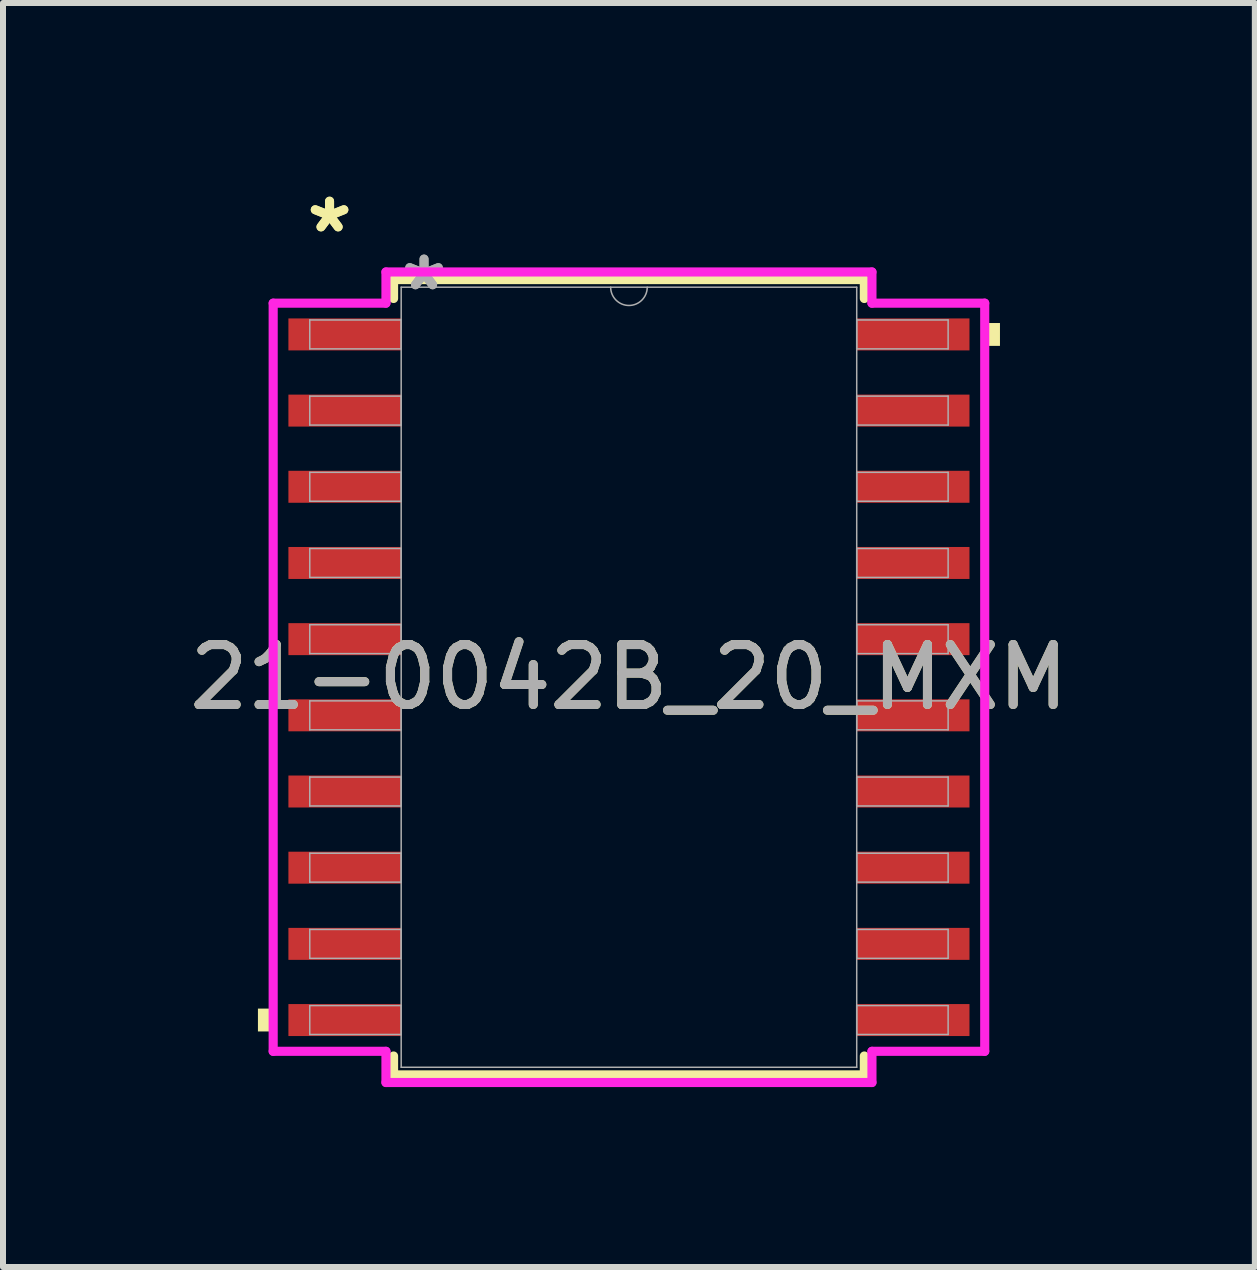
<source format=kicad_pcb>
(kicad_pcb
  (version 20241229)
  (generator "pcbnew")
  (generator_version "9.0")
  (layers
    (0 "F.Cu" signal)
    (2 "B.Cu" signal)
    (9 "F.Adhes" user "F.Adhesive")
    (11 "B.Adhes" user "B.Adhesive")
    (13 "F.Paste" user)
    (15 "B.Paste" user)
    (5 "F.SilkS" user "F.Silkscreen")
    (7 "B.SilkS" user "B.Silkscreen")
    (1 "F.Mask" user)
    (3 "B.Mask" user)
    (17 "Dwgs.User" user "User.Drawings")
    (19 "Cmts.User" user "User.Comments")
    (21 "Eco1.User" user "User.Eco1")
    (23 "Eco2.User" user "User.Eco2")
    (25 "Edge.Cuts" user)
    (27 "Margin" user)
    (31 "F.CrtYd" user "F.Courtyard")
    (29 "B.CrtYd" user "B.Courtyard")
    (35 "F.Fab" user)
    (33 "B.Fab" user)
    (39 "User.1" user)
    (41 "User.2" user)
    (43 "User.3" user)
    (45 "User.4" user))
  (footprint "21-0042B_20_MXM"
    (layer "F.Cu")
    (at 7.435 8.24)
    (property "Reference" "21-0042B_20_MXM" (at 0 0 0) (unlocked yes) (layer "F.SilkS") (effects (font (size 1 1) (thickness 0.15))))
    (attr smd)
    (fp_line (start -3.924 -6.629) (end -3.924 -6.314) (stroke (width 0.152) (type solid)) (layer "F.SilkS"))
    (fp_line (start -3.924 6.314) (end -3.924 6.629) (stroke (width 0.152) (type solid)) (layer "F.SilkS"))
    (fp_line (start -3.924 6.629) (end 3.924 6.629) (stroke (width 0.152) (type solid)) (layer "F.SilkS"))
    (fp_line (start 3.924 -6.629) (end -3.924 -6.629) (stroke (width 0.152) (type solid)) (layer "F.SilkS"))
    (fp_line (start 3.924 -6.314) (end 3.924 -6.629) (stroke (width 0.152) (type solid)) (layer "F.SilkS"))
    (fp_line (start 3.924 6.629) (end 3.924 6.314) (stroke (width 0.152) (type solid)) (layer "F.SilkS"))
    (fp_poly (pts (xy -6.185 5.524) (xy -6.185 5.905) (xy -5.931 5.905) (xy -5.931 5.524)) (stroke (width 0) (type solid)) (fill yes) (layer "F.SilkS"))
    (fp_poly (pts (xy 6.185 -5.905) (xy 6.185 -5.524) (xy 5.931 -5.524) (xy 5.931 -5.905)) (stroke (width 0) (type solid)) (fill yes) (layer "F.SilkS"))
    (fp_line (start -5.931 -6.236) (end -4.051 -6.236) (stroke (width 0.152) (type solid)) (layer "F.CrtYd"))
    (fp_line (start -5.931 6.236) (end -5.931 -6.236) (stroke (width 0.152) (type solid)) (layer "F.CrtYd"))
    (fp_line (start -5.931 6.236) (end -4.051 6.236) (stroke (width 0.152) (type solid)) (layer "F.CrtYd"))
    (fp_line (start -4.051 -6.756) (end 4.051 -6.756) (stroke (width 0.152) (type solid)) (layer "F.CrtYd"))
    (fp_line (start -4.051 -6.236) (end -4.051 -6.756) (stroke (width 0.152) (type solid)) (layer "F.CrtYd"))
    (fp_line (start -4.051 6.756) (end -4.051 6.236) (stroke (width 0.152) (type solid)) (layer "F.CrtYd"))
    (fp_line (start 4.051 -6.756) (end 4.051 -6.236) (stroke (width 0.152) (type solid)) (layer "F.CrtYd"))
    (fp_line (start 4.051 6.236) (end 4.051 6.756) (stroke (width 0.152) (type solid)) (layer "F.CrtYd"))
    (fp_line (start 4.051 6.756) (end -4.051 6.756) (stroke (width 0.152) (type solid)) (layer "F.CrtYd"))
    (fp_line (start 5.931 -6.236) (end 4.051 -6.236) (stroke (width 0.152) (type solid)) (layer "F.CrtYd"))
    (fp_line (start 5.931 -6.236) (end 5.931 6.236) (stroke (width 0.152) (type solid)) (layer "F.CrtYd"))
    (fp_line (start 5.931 6.236) (end 4.051 6.236) (stroke (width 0.152) (type solid)) (layer "F.CrtYd"))
    (fp_line (start -5.321 -5.956) (end -5.321 -5.474) (stroke (width 0.025) (type solid)) (layer "F.Fab"))
    (fp_line (start -5.321 -5.474) (end -3.797 -5.474) (stroke (width 0.025) (type solid)) (layer "F.Fab"))
    (fp_line (start -5.321 -4.686) (end -5.321 -4.204) (stroke (width 0.025) (type solid)) (layer "F.Fab"))
    (fp_line (start -5.321 -4.204) (end -3.797 -4.204) (stroke (width 0.025) (type solid)) (layer "F.Fab"))
    (fp_line (start -5.321 -3.416) (end -5.321 -2.934) (stroke (width 0.025) (type solid)) (layer "F.Fab"))
    (fp_line (start -5.321 -2.934) (end -3.797 -2.934) (stroke (width 0.025) (type solid)) (layer "F.Fab"))
    (fp_line (start -5.321 -2.146) (end -5.321 -1.664) (stroke (width 0.025) (type solid)) (layer "F.Fab"))
    (fp_line (start -5.321 -1.664) (end -3.797 -1.664) (stroke (width 0.025) (type solid)) (layer "F.Fab"))
    (fp_line (start -5.321 -0.876) (end -5.321 -0.394) (stroke (width 0.025) (type solid)) (layer "F.Fab"))
    (fp_line (start -5.321 -0.394) (end -3.797 -0.394) (stroke (width 0.025) (type solid)) (layer "F.Fab"))
    (fp_line (start -5.321 0.394) (end -5.321 0.876) (stroke (width 0.025) (type solid)) (layer "F.Fab"))
    (fp_line (start -5.321 0.876) (end -3.797 0.876) (stroke (width 0.025) (type solid)) (layer "F.Fab"))
    (fp_line (start -5.321 1.664) (end -5.321 2.146) (stroke (width 0.025) (type solid)) (layer "F.Fab"))
    (fp_line (start -5.321 2.146) (end -3.797 2.146) (stroke (width 0.025) (type solid)) (layer "F.Fab"))
    (fp_line (start -5.321 2.934) (end -5.321 3.416) (stroke (width 0.025) (type solid)) (layer "F.Fab"))
    (fp_line (start -5.321 3.416) (end -3.797 3.416) (stroke (width 0.025) (type solid)) (layer "F.Fab"))
    (fp_line (start -5.321 4.204) (end -5.321 4.686) (stroke (width 0.025) (type solid)) (layer "F.Fab"))
    (fp_line (start -5.321 4.686) (end -3.797 4.686) (stroke (width 0.025) (type solid)) (layer "F.Fab"))
    (fp_line (start -5.321 5.474) (end -5.321 5.956) (stroke (width 0.025) (type solid)) (layer "F.Fab"))
    (fp_line (start -5.321 5.956) (end -3.797 5.956) (stroke (width 0.025) (type solid)) (layer "F.Fab"))
    (fp_line (start -3.797 -6.502) (end -3.797 6.502) (stroke (width 0.025) (type solid)) (layer "F.Fab"))
    (fp_line (start -3.797 -5.956) (end -5.321 -5.956) (stroke (width 0.025) (type solid)) (layer "F.Fab"))
    (fp_line (start -3.797 -5.474) (end -3.797 -5.956) (stroke (width 0.025) (type solid)) (layer "F.Fab"))
    (fp_line (start -3.797 -4.686) (end -5.321 -4.686) (stroke (width 0.025) (type solid)) (layer "F.Fab"))
    (fp_line (start -3.797 -4.204) (end -3.797 -4.686) (stroke (width 0.025) (type solid)) (layer "F.Fab"))
    (fp_line (start -3.797 -3.416) (end -5.321 -3.416) (stroke (width 0.025) (type solid)) (layer "F.Fab"))
    (fp_line (start -3.797 -2.934) (end -3.797 -3.416) (stroke (width 0.025) (type solid)) (layer "F.Fab"))
    (fp_line (start -3.797 -2.146) (end -5.321 -2.146) (stroke (width 0.025) (type solid)) (layer "F.Fab"))
    (fp_line (start -3.797 -1.664) (end -3.797 -2.146) (stroke (width 0.025) (type solid)) (layer "F.Fab"))
    (fp_line (start -3.797 -0.876) (end -5.321 -0.876) (stroke (width 0.025) (type solid)) (layer "F.Fab"))
    (fp_line (start -3.797 -0.394) (end -3.797 -0.876) (stroke (width 0.025) (type solid)) (layer "F.Fab"))
    (fp_line (start -3.797 0.394) (end -5.321 0.394) (stroke (width 0.025) (type solid)) (layer "F.Fab"))
    (fp_line (start -3.797 0.876) (end -3.797 0.394) (stroke (width 0.025) (type solid)) (layer "F.Fab"))
    (fp_line (start -3.797 1.664) (end -5.321 1.664) (stroke (width 0.025) (type solid)) (layer "F.Fab"))
    (fp_line (start -3.797 2.146) (end -3.797 1.664) (stroke (width 0.025) (type solid)) (layer "F.Fab"))
    (fp_line (start -3.797 2.934) (end -5.321 2.934) (stroke (width 0.025) (type solid)) (layer "F.Fab"))
    (fp_line (start -3.797 3.416) (end -3.797 2.934) (stroke (width 0.025) (type solid)) (layer "F.Fab"))
    (fp_line (start -3.797 4.204) (end -5.321 4.204) (stroke (width 0.025) (type solid)) (layer "F.Fab"))
    (fp_line (start -3.797 4.686) (end -3.797 4.204) (stroke (width 0.025) (type solid)) (layer "F.Fab"))
    (fp_line (start -3.797 5.474) (end -5.321 5.474) (stroke (width 0.025) (type solid)) (layer "F.Fab"))
    (fp_line (start -3.797 5.956) (end -3.797 5.474) (stroke (width 0.025) (type solid)) (layer "F.Fab"))
    (fp_line (start -3.797 6.502) (end 3.797 6.502) (stroke (width 0.025) (type solid)) (layer "F.Fab"))
    (fp_line (start 3.797 -6.502) (end -3.797 -6.502) (stroke (width 0.025) (type solid)) (layer "F.Fab"))
    (fp_line (start 3.797 -5.956) (end 3.797 -5.474) (stroke (width 0.025) (type solid)) (layer "F.Fab"))
    (fp_line (start 3.797 -5.474) (end 5.321 -5.474) (stroke (width 0.025) (type solid)) (layer "F.Fab"))
    (fp_line (start 3.797 -4.686) (end 3.797 -4.204) (stroke (width 0.025) (type solid)) (layer "F.Fab"))
    (fp_line (start 3.797 -4.204) (end 5.321 -4.204) (stroke (width 0.025) (type solid)) (layer "F.Fab"))
    (fp_line (start 3.797 -3.416) (end 3.797 -2.934) (stroke (width 0.025) (type solid)) (layer "F.Fab"))
    (fp_line (start 3.797 -2.934) (end 5.321 -2.934) (stroke (width 0.025) (type solid)) (layer "F.Fab"))
    (fp_line (start 3.797 -2.146) (end 3.797 -1.664) (stroke (width 0.025) (type solid)) (layer "F.Fab"))
    (fp_line (start 3.797 -1.664) (end 5.321 -1.664) (stroke (width 0.025) (type solid)) (layer "F.Fab"))
    (fp_line (start 3.797 -0.876) (end 3.797 -0.394) (stroke (width 0.025) (type solid)) (layer "F.Fab"))
    (fp_line (start 3.797 -0.394) (end 5.321 -0.394) (stroke (width 0.025) (type solid)) (layer "F.Fab"))
    (fp_line (start 3.797 0.394) (end 3.797 0.876) (stroke (width 0.025) (type solid)) (layer "F.Fab"))
    (fp_line (start 3.797 0.876) (end 5.321 0.876) (stroke (width 0.025) (type solid)) (layer "F.Fab"))
    (fp_line (start 3.797 1.664) (end 3.797 2.146) (stroke (width 0.025) (type solid)) (layer "F.Fab"))
    (fp_line (start 3.797 2.146) (end 5.321 2.146) (stroke (width 0.025) (type solid)) (layer "F.Fab"))
    (fp_line (start 3.797 2.934) (end 3.797 3.416) (stroke (width 0.025) (type solid)) (layer "F.Fab"))
    (fp_line (start 3.797 3.416) (end 5.321 3.416) (stroke (width 0.025) (type solid)) (layer "F.Fab"))
    (fp_line (start 3.797 4.204) (end 3.797 4.686) (stroke (width 0.025) (type solid)) (layer "F.Fab"))
    (fp_line (start 3.797 4.686) (end 5.321 4.686) (stroke (width 0.025) (type solid)) (layer "F.Fab"))
    (fp_line (start 3.797 5.474) (end 3.797 5.956) (stroke (width 0.025) (type solid)) (layer "F.Fab"))
    (fp_line (start 3.797 5.956) (end 5.321 5.956) (stroke (width 0.025) (type solid)) (layer "F.Fab"))
    (fp_line (start 3.797 6.502) (end 3.797 -6.502) (stroke (width 0.025) (type solid)) (layer "F.Fab"))
    (fp_line (start 5.321 -5.956) (end 3.797 -5.956) (stroke (width 0.025) (type solid)) (layer "F.Fab"))
    (fp_line (start 5.321 -5.474) (end 5.321 -5.956) (stroke (width 0.025) (type solid)) (layer "F.Fab"))
    (fp_line (start 5.321 -4.686) (end 3.797 -4.686) (stroke (width 0.025) (type solid)) (layer "F.Fab"))
    (fp_line (start 5.321 -4.204) (end 5.321 -4.686) (stroke (width 0.025) (type solid)) (layer "F.Fab"))
    (fp_line (start 5.321 -3.416) (end 3.797 -3.416) (stroke (width 0.025) (type solid)) (layer "F.Fab"))
    (fp_line (start 5.321 -2.934) (end 5.321 -3.416) (stroke (width 0.025) (type solid)) (layer "F.Fab"))
    (fp_line (start 5.321 -2.146) (end 3.797 -2.146) (stroke (width 0.025) (type solid)) (layer "F.Fab"))
    (fp_line (start 5.321 -1.664) (end 5.321 -2.146) (stroke (width 0.025) (type solid)) (layer "F.Fab"))
    (fp_line (start 5.321 -0.876) (end 3.797 -0.876) (stroke (width 0.025) (type solid)) (layer "F.Fab"))
    (fp_line (start 5.321 -0.394) (end 5.321 -0.876) (stroke (width 0.025) (type solid)) (layer "F.Fab"))
    (fp_line (start 5.321 0.394) (end 3.797 0.394) (stroke (width 0.025) (type solid)) (layer "F.Fab"))
    (fp_line (start 5.321 0.876) (end 5.321 0.394) (stroke (width 0.025) (type solid)) (layer "F.Fab"))
    (fp_line (start 5.321 1.664) (end 3.797 1.664) (stroke (width 0.025) (type solid)) (layer "F.Fab"))
    (fp_line (start 5.321 2.146) (end 5.321 1.664) (stroke (width 0.025) (type solid)) (layer "F.Fab"))
    (fp_line (start 5.321 2.934) (end 3.797 2.934) (stroke (width 0.025) (type solid)) (layer "F.Fab"))
    (fp_line (start 5.321 3.416) (end 5.321 2.934) (stroke (width 0.025) (type solid)) (layer "F.Fab"))
    (fp_line (start 5.321 4.204) (end 3.797 4.204) (stroke (width 0.025) (type solid)) (layer "F.Fab"))
    (fp_line (start 5.321 4.686) (end 5.321 4.204) (stroke (width 0.025) (type solid)) (layer "F.Fab"))
    (fp_line (start 5.321 5.474) (end 3.797 5.474) (stroke (width 0.025) (type solid)) (layer "F.Fab"))
    (fp_line (start 5.321 5.956) (end 5.321 5.474) (stroke (width 0.025) (type solid)) (layer "F.Fab"))
    (fp_arc (start 0.3048 -6.5024) (mid 0 -6.1976) (end -0.3048 -6.5024) (stroke (width 0.0254) (type solid)) (layer "F.Fab"))
    (fp_text user "*" (at -4.991 -7.391 0) (layer "F.SilkS") (effects (font (size 1 1) (thickness 0.15))))
    (fp_text user "*" (at -4.991 -7.391 0) (unlocked yes) (layer "F.SilkS") (effects (font (size 1 1) (thickness 0.15))))
    (fp_text user "${REFERENCE}" (at 0 0 0) (unlocked yes) (layer "F.Fab") (effects (font (size 1 1) (thickness 0.15))))
    (fp_text user "*" (at -3.416 -6.426 0) (layer "F.Fab") (effects (font (size 1 1) (thickness 0.15))))
    (fp_text user "*" (at -3.416 -6.426 0) (unlocked yes) (layer "F.Fab") (effects (font (size 1 1) (thickness 0.15))))
    (pad "1" smd rect (at -4.737 -5.715) (size 1.88 0.533) (layers "F.Cu" "F.Mask" "F.Paste"))
    (pad "2" smd rect (at -4.737 -4.445) (size 1.88 0.533) (layers "F.Cu" "F.Mask" "F.Paste"))
    (pad "3" smd rect (at -4.737 -3.175) (size 1.88 0.533) (layers "F.Cu" "F.Mask" "F.Paste"))
    (pad "4" smd rect (at -4.737 -1.905) (size 1.88 0.533) (layers "F.Cu" "F.Mask" "F.Paste"))
    (pad "5" smd rect (at -4.737 -0.635) (size 1.88 0.533) (layers "F.Cu" "F.Mask" "F.Paste"))
    (pad "6" smd rect (at -4.737 0.635) (size 1.88 0.533) (layers "F.Cu" "F.Mask" "F.Paste"))
    (pad "7" smd rect (at -4.737 1.905) (size 1.88 0.533) (layers "F.Cu" "F.Mask" "F.Paste"))
    (pad "8" smd rect (at -4.737 3.175) (size 1.88 0.533) (layers "F.Cu" "F.Mask" "F.Paste"))
    (pad "9" smd rect (at -4.737 4.445) (size 1.88 0.533) (layers "F.Cu" "F.Mask" "F.Paste"))
    (pad "10" smd rect (at -4.737 5.715) (size 1.88 0.533) (layers "F.Cu" "F.Mask" "F.Paste"))
    (pad "11" smd rect (at 4.737 5.715) (size 1.88 0.533) (layers "F.Cu" "F.Mask" "F.Paste"))
    (pad "12" smd rect (at 4.737 4.445) (size 1.88 0.533) (layers "F.Cu" "F.Mask" "F.Paste"))
    (pad "13" smd rect (at 4.737 3.175) (size 1.88 0.533) (layers "F.Cu" "F.Mask" "F.Paste"))
    (pad "14" smd rect (at 4.737 1.905) (size 1.88 0.533) (layers "F.Cu" "F.Mask" "F.Paste"))
    (pad "15" smd rect (at 4.737 0.635) (size 1.88 0.533) (layers "F.Cu" "F.Mask" "F.Paste"))
    (pad "16" smd rect (at 4.737 -0.635) (size 1.88 0.533) (layers "F.Cu" "F.Mask" "F.Paste"))
    (pad "17" smd rect (at 4.737 -1.905) (size 1.88 0.533) (layers "F.Cu" "F.Mask" "F.Paste"))
    (pad "18" smd rect (at 4.737 -3.175) (size 1.88 0.533) (layers "F.Cu" "F.Mask" "F.Paste"))
    (pad "19" smd rect (at 4.737 -4.445) (size 1.88 0.533) (layers "F.Cu" "F.Mask" "F.Paste"))
    (pad "20" smd rect (at 4.737 -5.715) (size 1.88 0.533) (layers "F.Cu" "F.Mask" "F.Paste")))
  (gr_rect
    (start -3 -3)
    (end 17.869 18.072)
    (stroke (width 0.1) (type default))
    (fill no)
    (layer "Edge.Cuts")))
</source>
